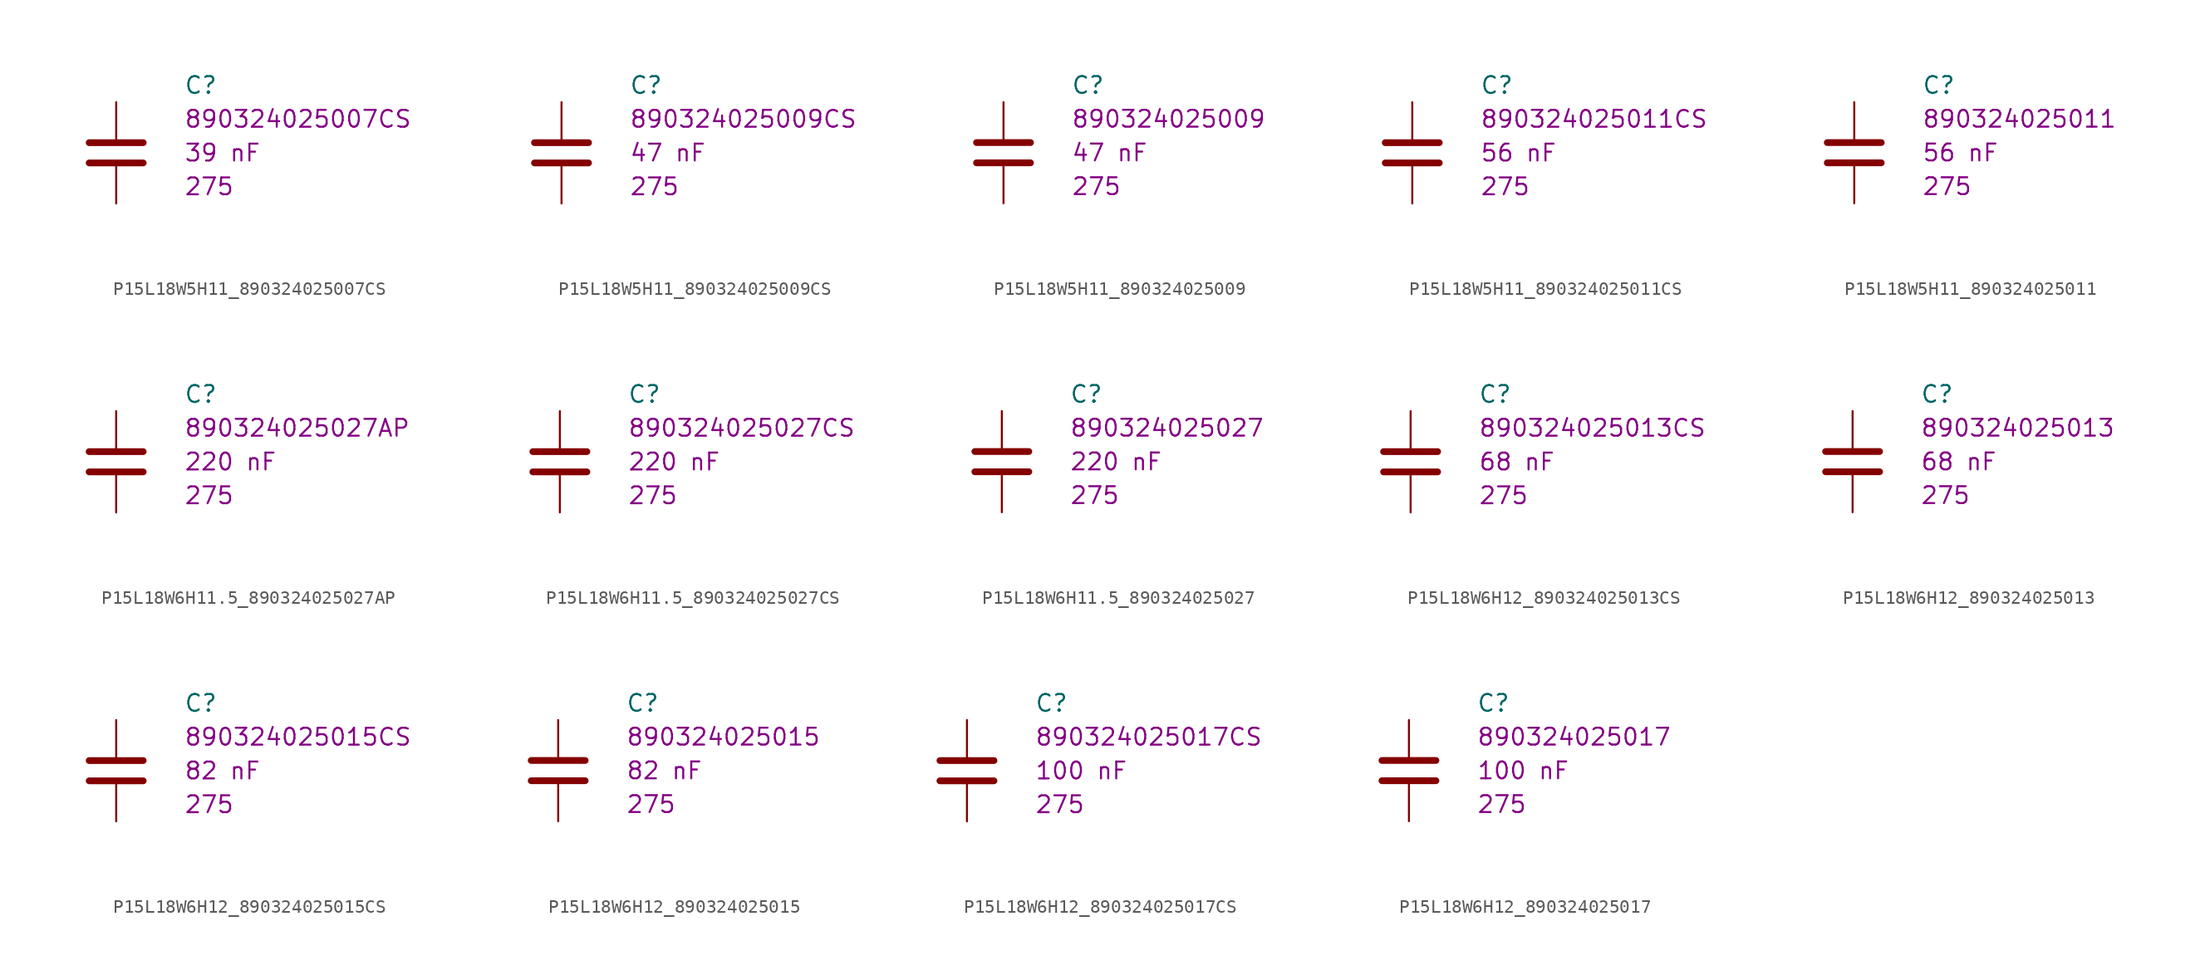
<source format=kicad_sym>
(kicad_symbol_lib
  (version 20220914)
  (generator kicad_symbol_editor)
  (symbol "P15L18W5H11_890324025007CS"
    (pin_numbers hide)
    (pin_names hide)
    (property "Reference" "C"
      (at 5.08 5.08 0)
      (effects (font (size 1.27 1.27)) (justify left)))
    (property "Part Number" "890324025007CS"
      (at 5.08 2.54 0)
      (effects (font (size 1.27 1.27)) (justify left)))
    (property "Capacitance" "39 nF"
      (at 5.08 0 0)
      (effects (font (size 1.27 1.27)) (justify left)))
    (property "Voltage" "275"
      (at 5.08 -2.54 0)
      (effects (font (size 1.27 1.27)) (justify left)))
    (property "Critical Parameter" ""
      (at 0 -7.62 0)
      (effects (font (size 1.27 1.27))))
    (symbol "P15L18W5H11_890324025007CS_0_1"
      (polyline (pts (xy -2.032 -0.762) (xy 2.032 -0.762)) (stroke (width 0.508) (type default)) (fill (type none)))
      (polyline (pts (xy -2.032 0.762) (xy 2.032 0.762)) (stroke (width 0.508) (type default)) (fill (type none))))
    (symbol "P15L18W5H11_890324025007CS_1_1"
      (pin passive line (at 0 3.81 270) (length 2.794) (name "1" (effects (font (size 1.27 1.27)))) (number "1" (effects (font (size 1.27 1.27)))))
      (pin passive line (at 0 -3.81 90) (length 2.794) (name "2" (effects (font (size 1.27 1.27)))) (number "2" (effects (font (size 1.27 1.27)))))))
  (symbol "P15L18W5H11_890324025009CS"
    (pin_numbers hide)
    (pin_names hide)
    (property "Reference" "C"
      (at 5.08 5.08 0)
      (effects (font (size 1.27 1.27)) (justify left)))
    (property "Part Number" "890324025009CS"
      (at 5.08 2.54 0)
      (effects (font (size 1.27 1.27)) (justify left)))
    (property "Capacitance" "47 nF"
      (at 5.08 0 0)
      (effects (font (size 1.27 1.27)) (justify left)))
    (property "Voltage" "275"
      (at 5.08 -2.54 0)
      (effects (font (size 1.27 1.27)) (justify left)))
    (property "Critical Parameter" ""
      (at 0 -7.62 0)
      (effects (font (size 1.27 1.27))))
    (symbol "P15L18W5H11_890324025009CS_0_1"
      (polyline (pts (xy -2.032 -0.762) (xy 2.032 -0.762)) (stroke (width 0.508) (type default)) (fill (type none)))
      (polyline (pts (xy -2.032 0.762) (xy 2.032 0.762)) (stroke (width 0.508) (type default)) (fill (type none))))
    (symbol "P15L18W5H11_890324025009CS_1_1"
      (pin passive line (at 0 3.81 270) (length 2.794) (name "1" (effects (font (size 1.27 1.27)))) (number "1" (effects (font (size 1.27 1.27)))))
      (pin passive line (at 0 -3.81 90) (length 2.794) (name "2" (effects (font (size 1.27 1.27)))) (number "2" (effects (font (size 1.27 1.27)))))))
  (symbol "P15L18W5H11_890324025009"
    (pin_numbers hide)
    (pin_names hide)
    (property "Reference" "C"
      (at 5.08 5.08 0)
      (effects (font (size 1.27 1.27)) (justify left)))
    (property "Part Number" "890324025009"
      (at 5.08 2.54 0)
      (effects (font (size 1.27 1.27)) (justify left)))
    (property "Capacitance" "47 nF"
      (at 5.08 0 0)
      (effects (font (size 1.27 1.27)) (justify left)))
    (property "Voltage" "275"
      (at 5.08 -2.54 0)
      (effects (font (size 1.27 1.27)) (justify left)))
    (property "Critical Parameter" ""
      (at 0 -7.62 0)
      (effects (font (size 1.27 1.27))))
    (symbol "P15L18W5H11_890324025009_0_1"
      (polyline (pts (xy -2.032 -0.762) (xy 2.032 -0.762)) (stroke (width 0.508) (type default)) (fill (type none)))
      (polyline (pts (xy -2.032 0.762) (xy 2.032 0.762)) (stroke (width 0.508) (type default)) (fill (type none))))
    (symbol "P15L18W5H11_890324025009_1_1"
      (pin passive line (at 0 3.81 270) (length 2.794) (name "1" (effects (font (size 1.27 1.27)))) (number "1" (effects (font (size 1.27 1.27)))))
      (pin passive line (at 0 -3.81 90) (length 2.794) (name "2" (effects (font (size 1.27 1.27)))) (number "2" (effects (font (size 1.27 1.27)))))))
  (symbol "P15L18W5H11_890324025011CS"
    (pin_numbers hide)
    (pin_names hide)
    (property "Reference" "C"
      (at 5.08 5.08 0)
      (effects (font (size 1.27 1.27)) (justify left)))
    (property "Part Number" "890324025011CS"
      (at 5.08 2.54 0)
      (effects (font (size 1.27 1.27)) (justify left)))
    (property "Capacitance" "56 nF"
      (at 5.08 0 0)
      (effects (font (size 1.27 1.27)) (justify left)))
    (property "Voltage" "275"
      (at 5.08 -2.54 0)
      (effects (font (size 1.27 1.27)) (justify left)))
    (property "Critical Parameter" ""
      (at 0 -7.62 0)
      (effects (font (size 1.27 1.27))))
    (symbol "P15L18W5H11_890324025011CS_0_1"
      (polyline (pts (xy -2.032 -0.762) (xy 2.032 -0.762)) (stroke (width 0.508) (type default)) (fill (type none)))
      (polyline (pts (xy -2.032 0.762) (xy 2.032 0.762)) (stroke (width 0.508) (type default)) (fill (type none))))
    (symbol "P15L18W5H11_890324025011CS_1_1"
      (pin passive line (at 0 3.81 270) (length 2.794) (name "1" (effects (font (size 1.27 1.27)))) (number "1" (effects (font (size 1.27 1.27)))))
      (pin passive line (at 0 -3.81 90) (length 2.794) (name "2" (effects (font (size 1.27 1.27)))) (number "2" (effects (font (size 1.27 1.27)))))))
  (symbol "P15L18W5H11_890324025011"
    (pin_numbers hide)
    (pin_names hide)
    (property "Reference" "C"
      (at 5.08 5.08 0)
      (effects (font (size 1.27 1.27)) (justify left)))
    (property "Part Number" "890324025011"
      (at 5.08 2.54 0)
      (effects (font (size 1.27 1.27)) (justify left)))
    (property "Capacitance" "56 nF"
      (at 5.08 0 0)
      (effects (font (size 1.27 1.27)) (justify left)))
    (property "Voltage" "275"
      (at 5.08 -2.54 0)
      (effects (font (size 1.27 1.27)) (justify left)))
    (property "Critical Parameter" ""
      (at 0 -7.62 0)
      (effects (font (size 1.27 1.27))))
    (symbol "P15L18W5H11_890324025011_0_1"
      (polyline (pts (xy -2.032 -0.762) (xy 2.032 -0.762)) (stroke (width 0.508) (type default)) (fill (type none)))
      (polyline (pts (xy -2.032 0.762) (xy 2.032 0.762)) (stroke (width 0.508) (type default)) (fill (type none))))
    (symbol "P15L18W5H11_890324025011_1_1"
      (pin passive line (at 0 3.81 270) (length 2.794) (name "1" (effects (font (size 1.27 1.27)))) (number "1" (effects (font (size 1.27 1.27)))))
      (pin passive line (at 0 -3.81 90) (length 2.794) (name "2" (effects (font (size 1.27 1.27)))) (number "2" (effects (font (size 1.27 1.27)))))))
  (symbol "P15L18W6H11.5_890324025027AP"
    (pin_numbers hide)
    (pin_names hide)
    (property "Reference" "C"
      (at 5.08 5.08 0)
      (effects (font (size 1.27 1.27)) (justify left)))
    (property "Part Number" "890324025027AP"
      (at 5.08 2.54 0)
      (effects (font (size 1.27 1.27)) (justify left)))
    (property "Capacitance" "220 nF"
      (at 5.08 0 0)
      (effects (font (size 1.27 1.27)) (justify left)))
    (property "Voltage" "275"
      (at 5.08 -2.54 0)
      (effects (font (size 1.27 1.27)) (justify left)))
    (property "Critical Parameter" ""
      (at 0 -7.62 0)
      (effects (font (size 1.27 1.27))))
    (symbol "P15L18W6H11.5_890324025027AP_0_1"
      (polyline (pts (xy -2.032 -0.762) (xy 2.032 -0.762)) (stroke (width 0.508) (type default)) (fill (type none)))
      (polyline (pts (xy -2.032 0.762) (xy 2.032 0.762)) (stroke (width 0.508) (type default)) (fill (type none))))
    (symbol "P15L18W6H11.5_890324025027AP_1_1"
      (pin passive line (at 0 3.81 270) (length 2.794) (name "1" (effects (font (size 1.27 1.27)))) (number "1" (effects (font (size 1.27 1.27)))))
      (pin passive line (at 0 -3.81 90) (length 2.794) (name "2" (effects (font (size 1.27 1.27)))) (number "2" (effects (font (size 1.27 1.27)))))))
  (symbol "P15L18W6H11.5_890324025027CS"
    (pin_numbers hide)
    (pin_names hide)
    (property "Reference" "C"
      (at 5.08 5.08 0)
      (effects (font (size 1.27 1.27)) (justify left)))
    (property "Part Number" "890324025027CS"
      (at 5.08 2.54 0)
      (effects (font (size 1.27 1.27)) (justify left)))
    (property "Capacitance" "220 nF"
      (at 5.08 0 0)
      (effects (font (size 1.27 1.27)) (justify left)))
    (property "Voltage" "275"
      (at 5.08 -2.54 0)
      (effects (font (size 1.27 1.27)) (justify left)))
    (property "Critical Parameter" ""
      (at 0 -7.62 0)
      (effects (font (size 1.27 1.27))))
    (symbol "P15L18W6H11.5_890324025027CS_0_1"
      (polyline (pts (xy -2.032 -0.762) (xy 2.032 -0.762)) (stroke (width 0.508) (type default)) (fill (type none)))
      (polyline (pts (xy -2.032 0.762) (xy 2.032 0.762)) (stroke (width 0.508) (type default)) (fill (type none))))
    (symbol "P15L18W6H11.5_890324025027CS_1_1"
      (pin passive line (at 0 3.81 270) (length 2.794) (name "1" (effects (font (size 1.27 1.27)))) (number "1" (effects (font (size 1.27 1.27)))))
      (pin passive line (at 0 -3.81 90) (length 2.794) (name "2" (effects (font (size 1.27 1.27)))) (number "2" (effects (font (size 1.27 1.27)))))))
  (symbol "P15L18W6H11.5_890324025027"
    (pin_numbers hide)
    (pin_names hide)
    (property "Reference" "C"
      (at 5.08 5.08 0)
      (effects (font (size 1.27 1.27)) (justify left)))
    (property "Part Number" "890324025027"
      (at 5.08 2.54 0)
      (effects (font (size 1.27 1.27)) (justify left)))
    (property "Capacitance" "220 nF"
      (at 5.08 0 0)
      (effects (font (size 1.27 1.27)) (justify left)))
    (property "Voltage" "275"
      (at 5.08 -2.54 0)
      (effects (font (size 1.27 1.27)) (justify left)))
    (property "Critical Parameter" ""
      (at 0 -7.62 0)
      (effects (font (size 1.27 1.27))))
    (symbol "P15L18W6H11.5_890324025027_0_1"
      (polyline (pts (xy -2.032 -0.762) (xy 2.032 -0.762)) (stroke (width 0.508) (type default)) (fill (type none)))
      (polyline (pts (xy -2.032 0.762) (xy 2.032 0.762)) (stroke (width 0.508) (type default)) (fill (type none))))
    (symbol "P15L18W6H11.5_890324025027_1_1"
      (pin passive line (at 0 3.81 270) (length 2.794) (name "1" (effects (font (size 1.27 1.27)))) (number "1" (effects (font (size 1.27 1.27)))))
      (pin passive line (at 0 -3.81 90) (length 2.794) (name "2" (effects (font (size 1.27 1.27)))) (number "2" (effects (font (size 1.27 1.27)))))))
  (symbol "P15L18W6H12_890324025013CS"
    (pin_numbers hide)
    (pin_names hide)
    (property "Reference" "C"
      (at 5.08 5.08 0)
      (effects (font (size 1.27 1.27)) (justify left)))
    (property "Part Number" "890324025013CS"
      (at 5.08 2.54 0)
      (effects (font (size 1.27 1.27)) (justify left)))
    (property "Capacitance" "68 nF"
      (at 5.08 0 0)
      (effects (font (size 1.27 1.27)) (justify left)))
    (property "Voltage" "275"
      (at 5.08 -2.54 0)
      (effects (font (size 1.27 1.27)) (justify left)))
    (property "Critical Parameter" ""
      (at 0 -7.62 0)
      (effects (font (size 1.27 1.27))))
    (symbol "P15L18W6H12_890324025013CS_0_1"
      (polyline (pts (xy -2.032 -0.762) (xy 2.032 -0.762)) (stroke (width 0.508) (type default)) (fill (type none)))
      (polyline (pts (xy -2.032 0.762) (xy 2.032 0.762)) (stroke (width 0.508) (type default)) (fill (type none))))
    (symbol "P15L18W6H12_890324025013CS_1_1"
      (pin passive line (at 0 3.81 270) (length 2.794) (name "1" (effects (font (size 1.27 1.27)))) (number "1" (effects (font (size 1.27 1.27)))))
      (pin passive line (at 0 -3.81 90) (length 2.794) (name "2" (effects (font (size 1.27 1.27)))) (number "2" (effects (font (size 1.27 1.27)))))))
  (symbol "P15L18W6H12_890324025013"
    (pin_numbers hide)
    (pin_names hide)
    (property "Reference" "C"
      (at 5.08 5.08 0)
      (effects (font (size 1.27 1.27)) (justify left)))
    (property "Part Number" "890324025013"
      (at 5.08 2.54 0)
      (effects (font (size 1.27 1.27)) (justify left)))
    (property "Capacitance" "68 nF"
      (at 5.08 0 0)
      (effects (font (size 1.27 1.27)) (justify left)))
    (property "Voltage" "275"
      (at 5.08 -2.54 0)
      (effects (font (size 1.27 1.27)) (justify left)))
    (property "Critical Parameter" ""
      (at 0 -7.62 0)
      (effects (font (size 1.27 1.27))))
    (symbol "P15L18W6H12_890324025013_0_1"
      (polyline (pts (xy -2.032 -0.762) (xy 2.032 -0.762)) (stroke (width 0.508) (type default)) (fill (type none)))
      (polyline (pts (xy -2.032 0.762) (xy 2.032 0.762)) (stroke (width 0.508) (type default)) (fill (type none))))
    (symbol "P15L18W6H12_890324025013_1_1"
      (pin passive line (at 0 3.81 270) (length 2.794) (name "1" (effects (font (size 1.27 1.27)))) (number "1" (effects (font (size 1.27 1.27)))))
      (pin passive line (at 0 -3.81 90) (length 2.794) (name "2" (effects (font (size 1.27 1.27)))) (number "2" (effects (font (size 1.27 1.27)))))))
  (symbol "P15L18W6H12_890324025015CS"
    (pin_numbers hide)
    (pin_names hide)
    (property "Reference" "C"
      (at 5.08 5.08 0)
      (effects (font (size 1.27 1.27)) (justify left)))
    (property "Part Number" "890324025015CS"
      (at 5.08 2.54 0)
      (effects (font (size 1.27 1.27)) (justify left)))
    (property "Capacitance" "82 nF"
      (at 5.08 0 0)
      (effects (font (size 1.27 1.27)) (justify left)))
    (property "Voltage" "275"
      (at 5.08 -2.54 0)
      (effects (font (size 1.27 1.27)) (justify left)))
    (property "Critical Parameter" ""
      (at 0 -7.62 0)
      (effects (font (size 1.27 1.27))))
    (symbol "P15L18W6H12_890324025015CS_0_1"
      (polyline (pts (xy -2.032 -0.762) (xy 2.032 -0.762)) (stroke (width 0.508) (type default)) (fill (type none)))
      (polyline (pts (xy -2.032 0.762) (xy 2.032 0.762)) (stroke (width 0.508) (type default)) (fill (type none))))
    (symbol "P15L18W6H12_890324025015CS_1_1"
      (pin passive line (at 0 3.81 270) (length 2.794) (name "1" (effects (font (size 1.27 1.27)))) (number "1" (effects (font (size 1.27 1.27)))))
      (pin passive line (at 0 -3.81 90) (length 2.794) (name "2" (effects (font (size 1.27 1.27)))) (number "2" (effects (font (size 1.27 1.27)))))))
  (symbol "P15L18W6H12_890324025015"
    (pin_numbers hide)
    (pin_names hide)
    (property "Reference" "C"
      (at 5.08 5.08 0)
      (effects (font (size 1.27 1.27)) (justify left)))
    (property "Part Number" "890324025015"
      (at 5.08 2.54 0)
      (effects (font (size 1.27 1.27)) (justify left)))
    (property "Capacitance" "82 nF"
      (at 5.08 0 0)
      (effects (font (size 1.27 1.27)) (justify left)))
    (property "Voltage" "275"
      (at 5.08 -2.54 0)
      (effects (font (size 1.27 1.27)) (justify left)))
    (property "Critical Parameter" ""
      (at 0 -7.62 0)
      (effects (font (size 1.27 1.27))))
    (symbol "P15L18W6H12_890324025015_0_1"
      (polyline (pts (xy -2.032 -0.762) (xy 2.032 -0.762)) (stroke (width 0.508) (type default)) (fill (type none)))
      (polyline (pts (xy -2.032 0.762) (xy 2.032 0.762)) (stroke (width 0.508) (type default)) (fill (type none))))
    (symbol "P15L18W6H12_890324025015_1_1"
      (pin passive line (at 0 3.81 270) (length 2.794) (name "1" (effects (font (size 1.27 1.27)))) (number "1" (effects (font (size 1.27 1.27)))))
      (pin passive line (at 0 -3.81 90) (length 2.794) (name "2" (effects (font (size 1.27 1.27)))) (number "2" (effects (font (size 1.27 1.27)))))))
  (symbol "P15L18W6H12_890324025017CS"
    (pin_numbers hide)
    (pin_names hide)
    (property "Reference" "C"
      (at 5.08 5.08 0)
      (effects (font (size 1.27 1.27)) (justify left)))
    (property "Part Number" "890324025017CS"
      (at 5.08 2.54 0)
      (effects (font (size 1.27 1.27)) (justify left)))
    (property "Capacitance" "100 nF"
      (at 5.08 0 0)
      (effects (font (size 1.27 1.27)) (justify left)))
    (property "Voltage" "275"
      (at 5.08 -2.54 0)
      (effects (font (size 1.27 1.27)) (justify left)))
    (property "Critical Parameter" ""
      (at 0 -7.62 0)
      (effects (font (size 1.27 1.27))))
    (symbol "P15L18W6H12_890324025017CS_0_1"
      (polyline (pts (xy -2.032 -0.762) (xy 2.032 -0.762)) (stroke (width 0.508) (type default)) (fill (type none)))
      (polyline (pts (xy -2.032 0.762) (xy 2.032 0.762)) (stroke (width 0.508) (type default)) (fill (type none))))
    (symbol "P15L18W6H12_890324025017CS_1_1"
      (pin passive line (at 0 3.81 270) (length 2.794) (name "1" (effects (font (size 1.27 1.27)))) (number "1" (effects (font (size 1.27 1.27)))))
      (pin passive line (at 0 -3.81 90) (length 2.794) (name "2" (effects (font (size 1.27 1.27)))) (number "2" (effects (font (size 1.27 1.27)))))))
  (symbol "P15L18W6H12_890324025017"
    (pin_numbers hide)
    (pin_names hide)
    (property "Reference" "C"
      (at 5.08 5.08 0)
      (effects (font (size 1.27 1.27)) (justify left)))
    (property "Part Number" "890324025017"
      (at 5.08 2.54 0)
      (effects (font (size 1.27 1.27)) (justify left)))
    (property "Capacitance" "100 nF"
      (at 5.08 0 0)
      (effects (font (size 1.27 1.27)) (justify left)))
    (property "Voltage" "275"
      (at 5.08 -2.54 0)
      (effects (font (size 1.27 1.27)) (justify left)))
    (property "Critical Parameter" ""
      (at 0 -7.62 0)
      (effects (font (size 1.27 1.27))))
    (symbol "P15L18W6H12_890324025017_0_1"
      (polyline (pts (xy -2.032 -0.762) (xy 2.032 -0.762)) (stroke (width 0.508) (type default)) (fill (type none)))
      (polyline (pts (xy -2.032 0.762) (xy 2.032 0.762)) (stroke (width 0.508) (type default)) (fill (type none))))
    (symbol "P15L18W6H12_890324025017_1_1"
      (pin passive line (at 0 3.81 270) (length 2.794) (name "1" (effects (font (size 1.27 1.27)))) (number "1" (effects (font (size 1.27 1.27)))))
      (pin passive line (at 0 -3.81 90) (length 2.794) (name "2" (effects (font (size 1.27 1.27)))) (number "2" (effects (font (size 1.27 1.27))))))))
</source>
